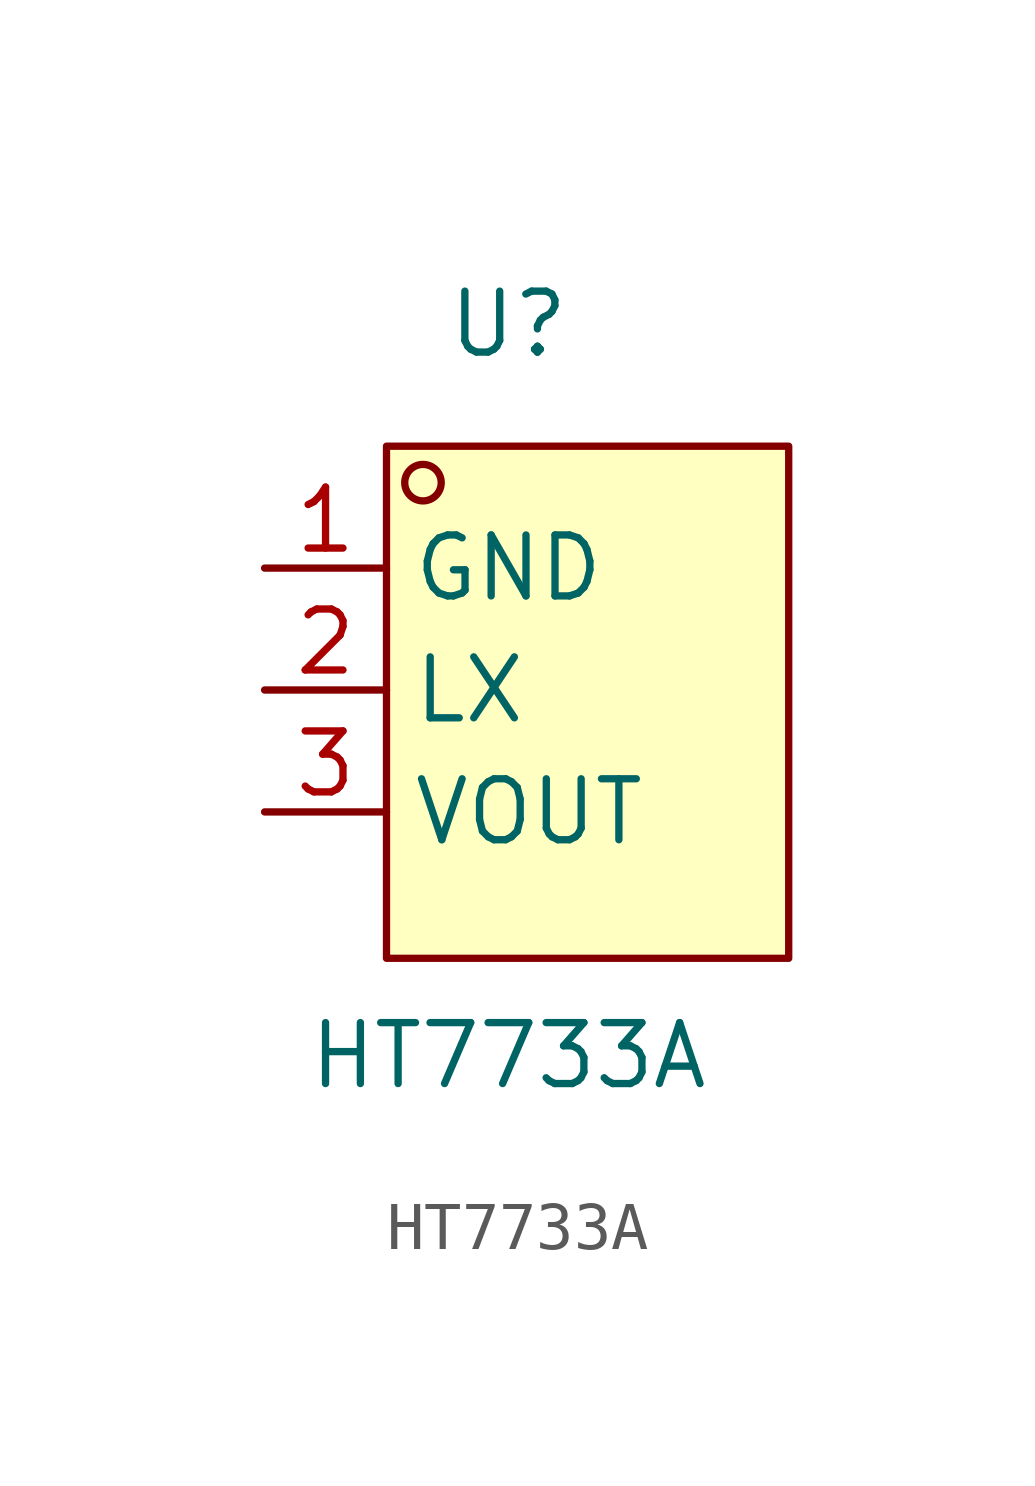
<source format=kicad_sym>
(kicad_symbol_lib
  (version 20211014)
  (generator https://github.com/uPesy/easyeda2kicad.py)
  (symbol "HT7733A"
    (property "Reference" "U"
      (at 0 7.62 0)
      (effects (font (size 1.27 1.27))))
    (property "Value" "HT7733A"
      (at 0 -7.62 0)
      (effects (font (size 1.27 1.27))))
    (symbol "HT7733A_0_1"
      (rectangle (start -2.54 5.08) (end 5.84 -5.59) (stroke (width 0) (type default) (color 0 0 0 0)) (fill (type background)))
      (circle (center -1.78 4.32) (radius 0.38) (stroke (width 0) (type default) (color 0 0 0 0)) (fill (type none)))
      (pin unspecified line (at -5.08 2.54 0) (length 2.54) (name "GND" (effects (font (size 1.27 1.27)))) (number "1" (effects (font (size 1.27 1.27)))))
      (pin unspecified line (at -5.08 -0.00 0) (length 2.54) (name "LX" (effects (font (size 1.27 1.27)))) (number "2" (effects (font (size 1.27 1.27)))))
      (pin unspecified line (at -5.08 -2.54 0) (length 2.54) (name "VOUT" (effects (font (size 1.27 1.27)))) (number "3" (effects (font (size 1.27 1.27))))))))
</source>
